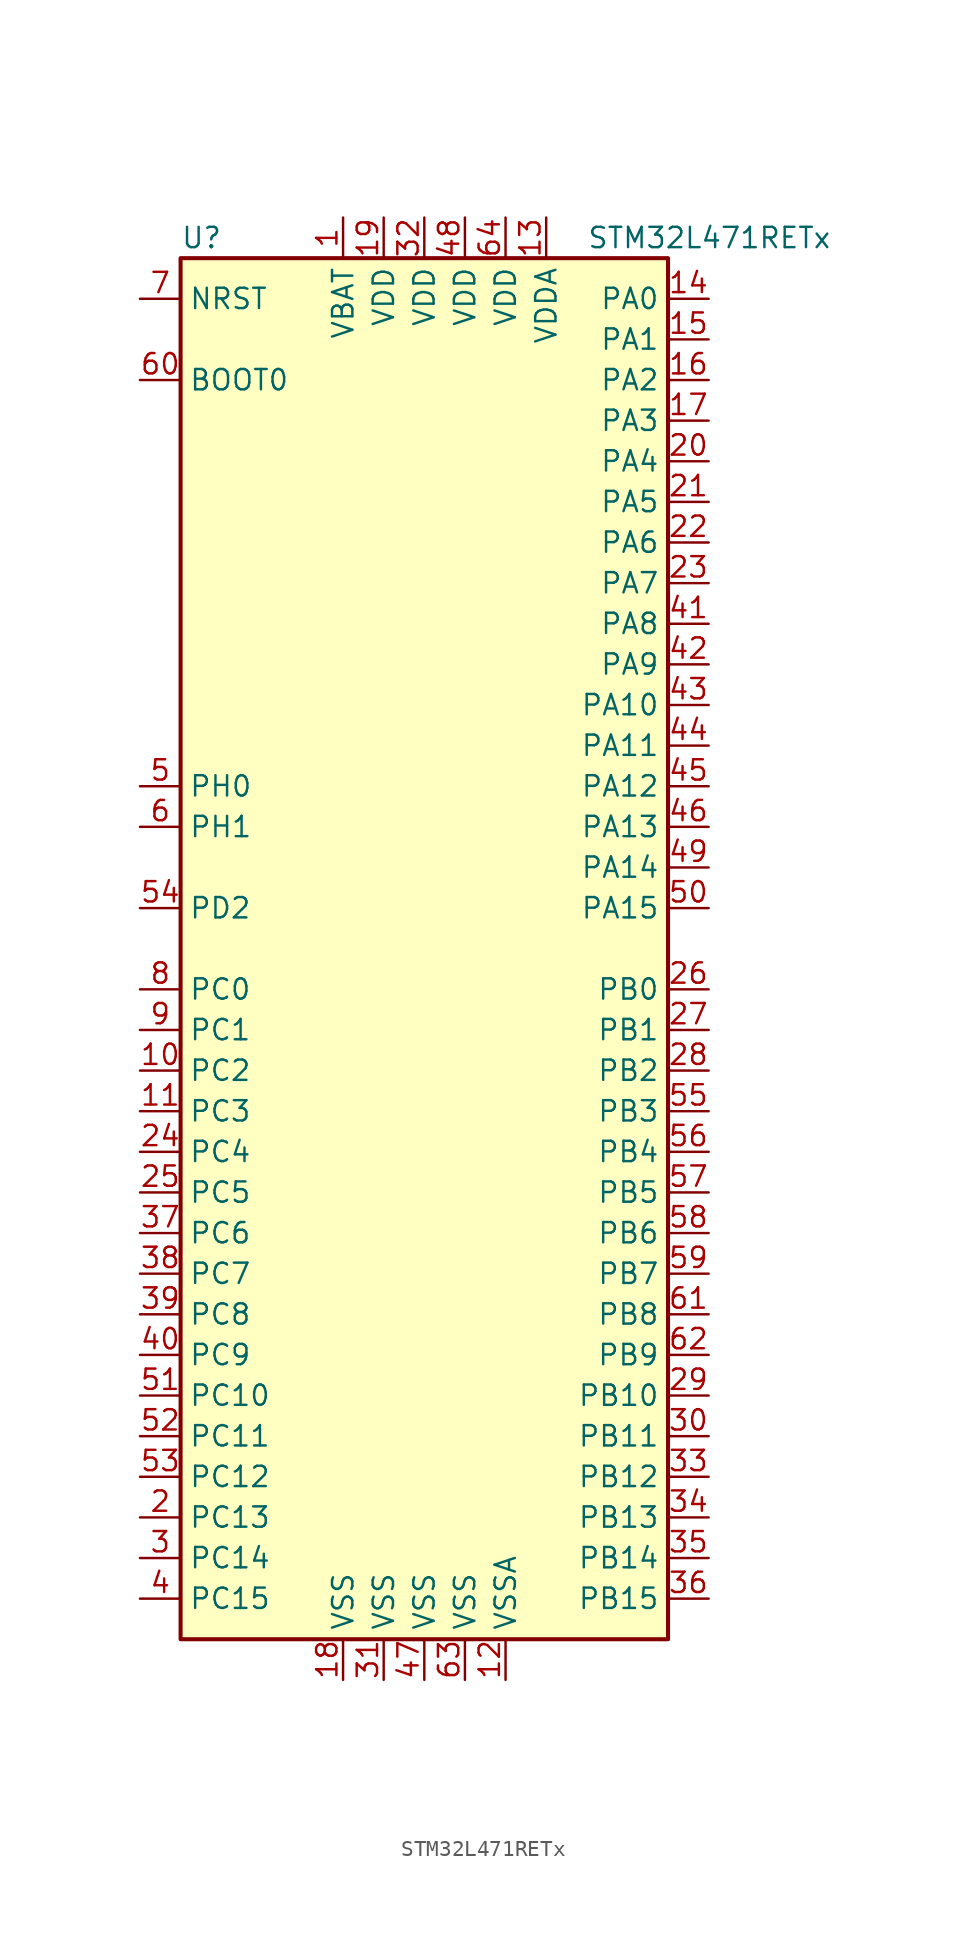
<source format=kicad_sym>
(kicad_symbol_lib
  (version 20201005)
  (generator kicad_symbol_editor)
  (symbol "STM32L471RETx"
    (property "Reference" "U"
      (at -15.24 44.45 0)
      (effects (font (size 1.27 1.27)) (justify left)))
    (property "Value" "STM32L471RETx"
      (at 10.16 44.45 0)
      (effects (font (size 1.27 1.27)) (justify left)))
    (symbol "STM32L471RETx_0_1"
      (rectangle (start -15.24 -43.18) (end 15.24 43.18) (stroke (width 0.254)) (fill (type background))))
    (symbol "STM32L471RETx_1_1"
      (pin power_in line (at -5.08 45.72 270) (length 2.54) (name "VBAT" (effects (font (size 1.27 1.27)))) (number "1" (effects (font (size 1.27 1.27)))))
      (pin bidirectional line (at -17.78 -7.62 0) (length 2.54) (name "PC2" (effects (font (size 1.27 1.27)))) (number "10" (effects (font (size 1.27 1.27)))))
      (pin bidirectional line (at -17.78 -10.16 0) (length 2.54) (name "PC3" (effects (font (size 1.27 1.27)))) (number "11" (effects (font (size 1.27 1.27)))))
      (pin power_in line (at 5.08 -45.72 90) (length 2.54) (name "VSSA" (effects (font (size 1.27 1.27)))) (number "12" (effects (font (size 1.27 1.27)))))
      (pin power_in line (at 7.62 45.72 270) (length 2.54) (name "VDDA" (effects (font (size 1.27 1.27)))) (number "13" (effects (font (size 1.27 1.27)))))
      (pin bidirectional line (at 17.78 40.64 180) (length 2.54) (name "PA0" (effects (font (size 1.27 1.27)))) (number "14" (effects (font (size 1.27 1.27)))))
      (pin bidirectional line (at 17.78 38.1 180) (length 2.54) (name "PA1" (effects (font (size 1.27 1.27)))) (number "15" (effects (font (size 1.27 1.27)))))
      (pin bidirectional line (at 17.78 35.56 180) (length 2.54) (name "PA2" (effects (font (size 1.27 1.27)))) (number "16" (effects (font (size 1.27 1.27)))))
      (pin bidirectional line (at 17.78 33.02 180) (length 2.54) (name "PA3" (effects (font (size 1.27 1.27)))) (number "17" (effects (font (size 1.27 1.27)))))
      (pin power_in line (at -5.08 -45.72 90) (length 2.54) (name "VSS" (effects (font (size 1.27 1.27)))) (number "18" (effects (font (size 1.27 1.27)))))
      (pin power_in line (at -2.54 45.72 270) (length 2.54) (name "VDD" (effects (font (size 1.27 1.27)))) (number "19" (effects (font (size 1.27 1.27)))))
      (pin bidirectional line (at -17.78 -35.56 0) (length 2.54) (name "PC13" (effects (font (size 1.27 1.27)))) (number "2" (effects (font (size 1.27 1.27)))))
      (pin bidirectional line (at 17.78 30.48 180) (length 2.54) (name "PA4" (effects (font (size 1.27 1.27)))) (number "20" (effects (font (size 1.27 1.27)))))
      (pin bidirectional line (at 17.78 27.94 180) (length 2.54) (name "PA5" (effects (font (size 1.27 1.27)))) (number "21" (effects (font (size 1.27 1.27)))))
      (pin bidirectional line (at 17.78 25.4 180) (length 2.54) (name "PA6" (effects (font (size 1.27 1.27)))) (number "22" (effects (font (size 1.27 1.27)))))
      (pin bidirectional line (at 17.78 22.86 180) (length 2.54) (name "PA7" (effects (font (size 1.27 1.27)))) (number "23" (effects (font (size 1.27 1.27)))))
      (pin bidirectional line (at -17.78 -12.7 0) (length 2.54) (name "PC4" (effects (font (size 1.27 1.27)))) (number "24" (effects (font (size 1.27 1.27)))))
      (pin bidirectional line (at -17.78 -15.24 0) (length 2.54) (name "PC5" (effects (font (size 1.27 1.27)))) (number "25" (effects (font (size 1.27 1.27)))))
      (pin bidirectional line (at 17.78 -2.54 180) (length 2.54) (name "PB0" (effects (font (size 1.27 1.27)))) (number "26" (effects (font (size 1.27 1.27)))))
      (pin bidirectional line (at 17.78 -5.08 180) (length 2.54) (name "PB1" (effects (font (size 1.27 1.27)))) (number "27" (effects (font (size 1.27 1.27)))))
      (pin bidirectional line (at 17.78 -7.62 180) (length 2.54) (name "PB2" (effects (font (size 1.27 1.27)))) (number "28" (effects (font (size 1.27 1.27)))))
      (pin bidirectional line (at 17.78 -27.94 180) (length 2.54) (name "PB10" (effects (font (size 1.27 1.27)))) (number "29" (effects (font (size 1.27 1.27)))))
      (pin bidirectional line (at -17.78 -38.1 0) (length 2.54) (name "PC14" (effects (font (size 1.27 1.27)))) (number "3" (effects (font (size 1.27 1.27)))))
      (pin bidirectional line (at 17.78 -30.48 180) (length 2.54) (name "PB11" (effects (font (size 1.27 1.27)))) (number "30" (effects (font (size 1.27 1.27)))))
      (pin power_in line (at -2.54 -45.72 90) (length 2.54) (name "VSS" (effects (font (size 1.27 1.27)))) (number "31" (effects (font (size 1.27 1.27)))))
      (pin power_in line (at 0 45.72 270) (length 2.54) (name "VDD" (effects (font (size 1.27 1.27)))) (number "32" (effects (font (size 1.27 1.27)))))
      (pin bidirectional line (at 17.78 -33.02 180) (length 2.54) (name "PB12" (effects (font (size 1.27 1.27)))) (number "33" (effects (font (size 1.27 1.27)))))
      (pin bidirectional line (at 17.78 -35.56 180) (length 2.54) (name "PB13" (effects (font (size 1.27 1.27)))) (number "34" (effects (font (size 1.27 1.27)))))
      (pin bidirectional line (at 17.78 -38.1 180) (length 2.54) (name "PB14" (effects (font (size 1.27 1.27)))) (number "35" (effects (font (size 1.27 1.27)))))
      (pin bidirectional line (at 17.78 -40.64 180) (length 2.54) (name "PB15" (effects (font (size 1.27 1.27)))) (number "36" (effects (font (size 1.27 1.27)))))
      (pin bidirectional line (at -17.78 -17.78 0) (length 2.54) (name "PC6" (effects (font (size 1.27 1.27)))) (number "37" (effects (font (size 1.27 1.27)))))
      (pin bidirectional line (at -17.78 -20.32 0) (length 2.54) (name "PC7" (effects (font (size 1.27 1.27)))) (number "38" (effects (font (size 1.27 1.27)))))
      (pin bidirectional line (at -17.78 -22.86 0) (length 2.54) (name "PC8" (effects (font (size 1.27 1.27)))) (number "39" (effects (font (size 1.27 1.27)))))
      (pin bidirectional line (at -17.78 -40.64 0) (length 2.54) (name "PC15" (effects (font (size 1.27 1.27)))) (number "4" (effects (font (size 1.27 1.27)))))
      (pin bidirectional line (at -17.78 -25.4 0) (length 2.54) (name "PC9" (effects (font (size 1.27 1.27)))) (number "40" (effects (font (size 1.27 1.27)))))
      (pin bidirectional line (at 17.78 20.32 180) (length 2.54) (name "PA8" (effects (font (size 1.27 1.27)))) (number "41" (effects (font (size 1.27 1.27)))))
      (pin bidirectional line (at 17.78 17.78 180) (length 2.54) (name "PA9" (effects (font (size 1.27 1.27)))) (number "42" (effects (font (size 1.27 1.27)))))
      (pin bidirectional line (at 17.78 15.24 180) (length 2.54) (name "PA10" (effects (font (size 1.27 1.27)))) (number "43" (effects (font (size 1.27 1.27)))))
      (pin bidirectional line (at 17.78 12.7 180) (length 2.54) (name "PA11" (effects (font (size 1.27 1.27)))) (number "44" (effects (font (size 1.27 1.27)))))
      (pin bidirectional line (at 17.78 10.16 180) (length 2.54) (name "PA12" (effects (font (size 1.27 1.27)))) (number "45" (effects (font (size 1.27 1.27)))))
      (pin bidirectional line (at 17.78 7.62 180) (length 2.54) (name "PA13" (effects (font (size 1.27 1.27)))) (number "46" (effects (font (size 1.27 1.27)))))
      (pin power_in line (at 0 -45.72 90) (length 2.54) (name "VSS" (effects (font (size 1.27 1.27)))) (number "47" (effects (font (size 1.27 1.27)))))
      (pin power_in line (at 2.54 45.72 270) (length 2.54) (name "VDD" (effects (font (size 1.27 1.27)))) (number "48" (effects (font (size 1.27 1.27)))))
      (pin bidirectional line (at 17.78 5.08 180) (length 2.54) (name "PA14" (effects (font (size 1.27 1.27)))) (number "49" (effects (font (size 1.27 1.27)))))
      (pin input line (at -17.78 10.16 0) (length 2.54) (name "PH0" (effects (font (size 1.27 1.27)))) (number "5" (effects (font (size 1.27 1.27)))))
      (pin bidirectional line (at 17.78 2.54 180) (length 2.54) (name "PA15" (effects (font (size 1.27 1.27)))) (number "50" (effects (font (size 1.27 1.27)))))
      (pin bidirectional line (at -17.78 -27.94 0) (length 2.54) (name "PC10" (effects (font (size 1.27 1.27)))) (number "51" (effects (font (size 1.27 1.27)))))
      (pin bidirectional line (at -17.78 -30.48 0) (length 2.54) (name "PC11" (effects (font (size 1.27 1.27)))) (number "52" (effects (font (size 1.27 1.27)))))
      (pin bidirectional line (at -17.78 -33.02 0) (length 2.54) (name "PC12" (effects (font (size 1.27 1.27)))) (number "53" (effects (font (size 1.27 1.27)))))
      (pin bidirectional line (at -17.78 2.54 0) (length 2.54) (name "PD2" (effects (font (size 1.27 1.27)))) (number "54" (effects (font (size 1.27 1.27)))))
      (pin bidirectional line (at 17.78 -10.16 180) (length 2.54) (name "PB3" (effects (font (size 1.27 1.27)))) (number "55" (effects (font (size 1.27 1.27)))))
      (pin bidirectional line (at 17.78 -12.7 180) (length 2.54) (name "PB4" (effects (font (size 1.27 1.27)))) (number "56" (effects (font (size 1.27 1.27)))))
      (pin bidirectional line (at 17.78 -15.24 180) (length 2.54) (name "PB5" (effects (font (size 1.27 1.27)))) (number "57" (effects (font (size 1.27 1.27)))))
      (pin bidirectional line (at 17.78 -17.78 180) (length 2.54) (name "PB6" (effects (font (size 1.27 1.27)))) (number "58" (effects (font (size 1.27 1.27)))))
      (pin bidirectional line (at 17.78 -20.32 180) (length 2.54) (name "PB7" (effects (font (size 1.27 1.27)))) (number "59" (effects (font (size 1.27 1.27)))))
      (pin input line (at -17.78 7.62 0) (length 2.54) (name "PH1" (effects (font (size 1.27 1.27)))) (number "6" (effects (font (size 1.27 1.27)))))
      (pin input line (at -17.78 35.56 0) (length 2.54) (name "BOOT0" (effects (font (size 1.27 1.27)))) (number "60" (effects (font (size 1.27 1.27)))))
      (pin bidirectional line (at 17.78 -22.86 180) (length 2.54) (name "PB8" (effects (font (size 1.27 1.27)))) (number "61" (effects (font (size 1.27 1.27)))))
      (pin bidirectional line (at 17.78 -25.4 180) (length 2.54) (name "PB9" (effects (font (size 1.27 1.27)))) (number "62" (effects (font (size 1.27 1.27)))))
      (pin power_in line (at 2.54 -45.72 90) (length 2.54) (name "VSS" (effects (font (size 1.27 1.27)))) (number "63" (effects (font (size 1.27 1.27)))))
      (pin power_in line (at 5.08 45.72 270) (length 2.54) (name "VDD" (effects (font (size 1.27 1.27)))) (number "64" (effects (font (size 1.27 1.27)))))
      (pin input line (at -17.78 40.64 0) (length 2.54) (name "NRST" (effects (font (size 1.27 1.27)))) (number "7" (effects (font (size 1.27 1.27)))))
      (pin bidirectional line (at -17.78 -2.54 0) (length 2.54) (name "PC0" (effects (font (size 1.27 1.27)))) (number "8" (effects (font (size 1.27 1.27)))))
      (pin bidirectional line (at -17.78 -5.08 0) (length 2.54) (name "PC1" (effects (font (size 1.27 1.27)))) (number "9" (effects (font (size 1.27 1.27))))))))
</source>
